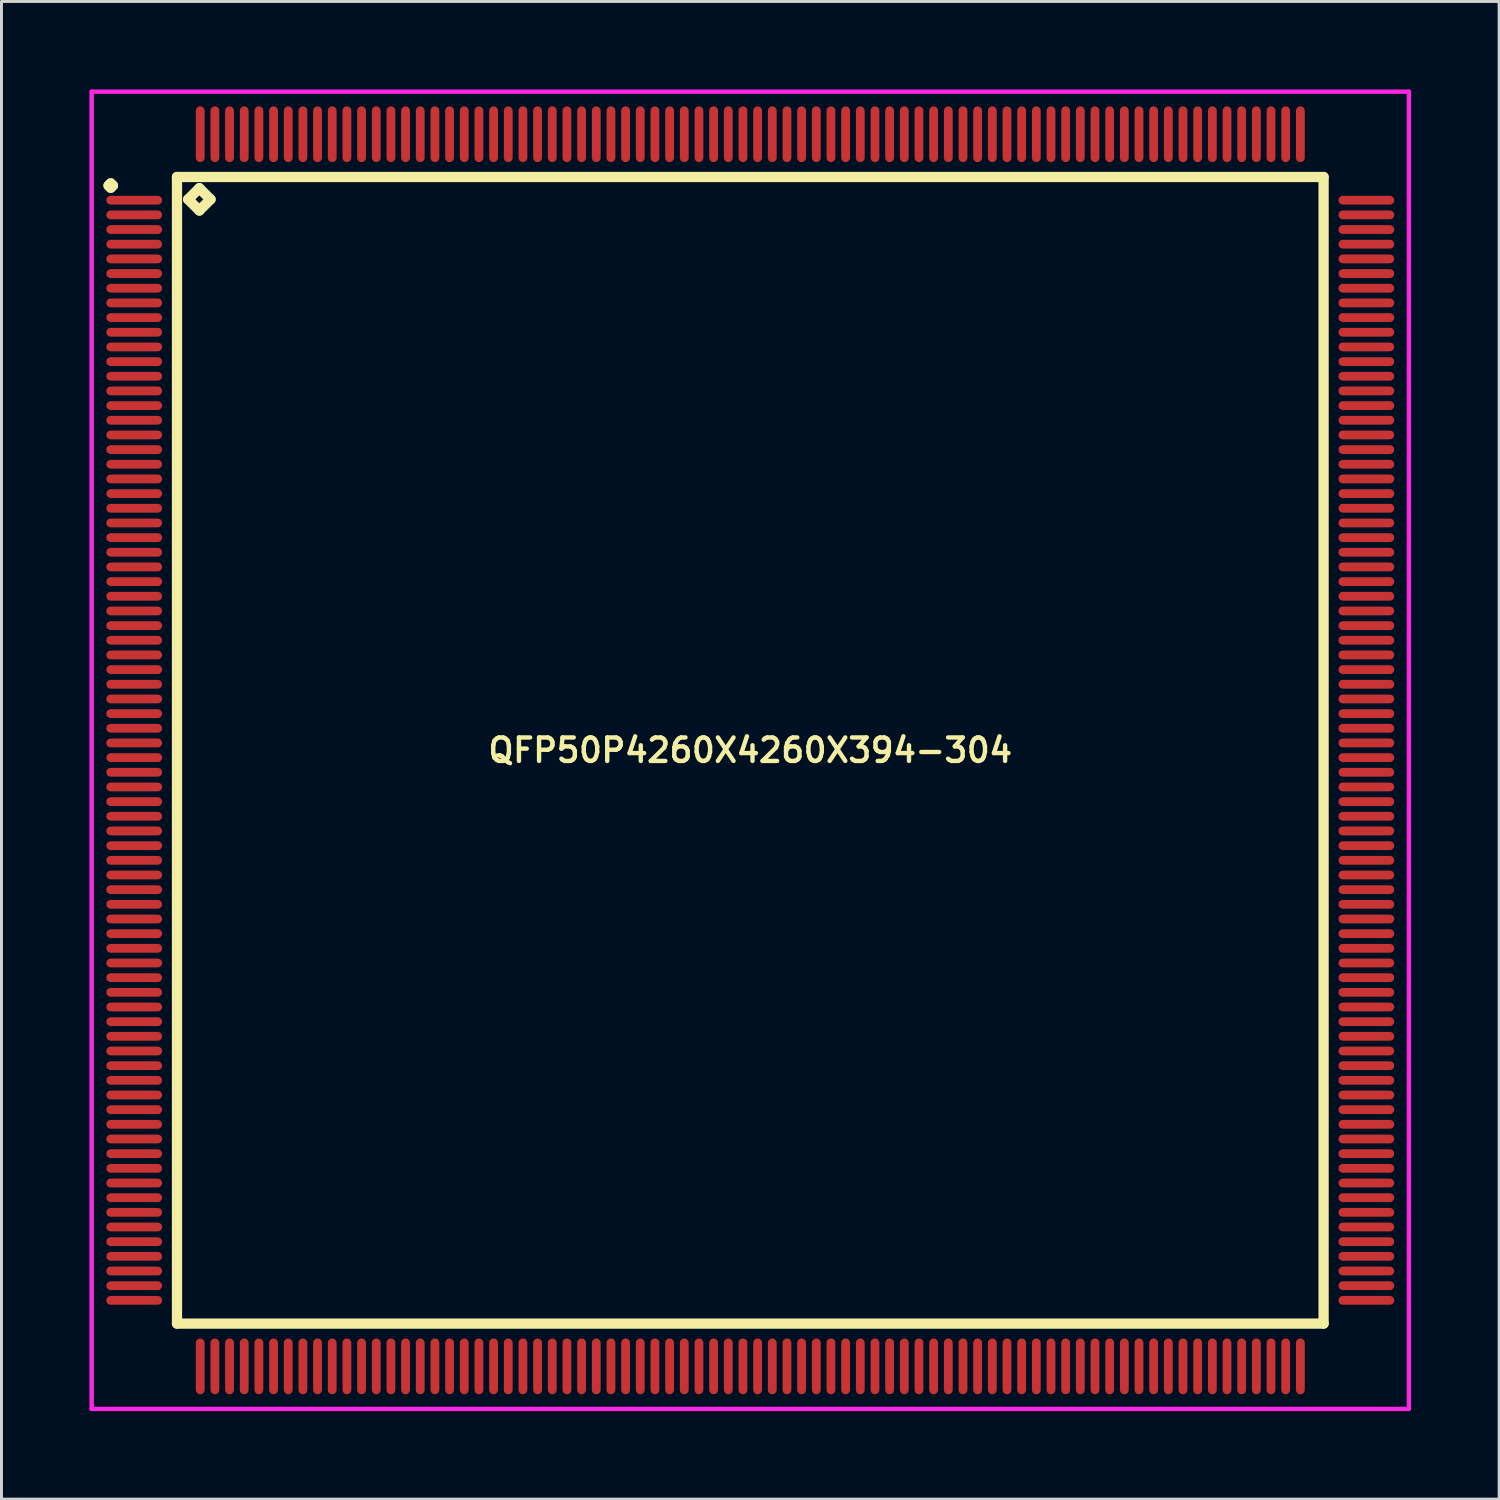
<source format=kicad_pcb>
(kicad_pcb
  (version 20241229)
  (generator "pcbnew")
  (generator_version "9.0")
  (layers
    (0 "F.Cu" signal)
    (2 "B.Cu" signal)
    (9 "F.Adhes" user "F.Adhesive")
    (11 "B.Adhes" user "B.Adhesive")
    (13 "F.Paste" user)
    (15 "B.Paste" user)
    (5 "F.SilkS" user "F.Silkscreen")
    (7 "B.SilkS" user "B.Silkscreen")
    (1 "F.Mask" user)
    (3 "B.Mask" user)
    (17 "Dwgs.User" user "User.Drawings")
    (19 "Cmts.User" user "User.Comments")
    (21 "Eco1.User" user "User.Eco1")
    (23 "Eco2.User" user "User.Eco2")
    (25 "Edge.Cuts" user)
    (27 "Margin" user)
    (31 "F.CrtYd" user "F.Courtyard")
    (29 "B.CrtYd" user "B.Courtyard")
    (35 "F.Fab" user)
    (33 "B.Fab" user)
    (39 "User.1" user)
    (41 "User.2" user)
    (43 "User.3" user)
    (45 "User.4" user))
  (footprint "QFP50P4260X4260X394-304"
    (layer "F.Cu")
    (at 22.525 22.525)
    (property "Reference" "QFP50P4260X4260X394-304" (at 0 0 0) (layer "F.SilkS") (effects (font (size 0.8 0.8) (thickness 0.15))))
    (attr smd)
    (fp_line (start -21.875 -19.25) (end -21.8 -19.325) (stroke (width 0.35) (type solid)) (layer "F.SilkS"))
    (fp_line (start -21.8 -19.325) (end -21.725 -19.25) (stroke (width 0.35) (type solid)) (layer "F.SilkS"))
    (fp_line (start -21.8 -19.175) (end -21.875 -19.25) (stroke (width 0.35) (type solid)) (layer "F.SilkS"))
    (fp_line (start -21.725 -19.25) (end -21.8 -19.175) (stroke (width 0.35) (type solid)) (layer "F.SilkS"))
    (fp_line (start -19.542 -19.542) (end -19.542 19.542) (stroke (width 0.35) (type solid)) (layer "F.SilkS"))
    (fp_line (start -19.542 19.542) (end 19.542 19.542) (stroke (width 0.35) (type solid)) (layer "F.SilkS"))
    (fp_line (start -19.161 -18.78) (end -18.78 -19.161) (stroke (width 0.35) (type solid)) (layer "F.SilkS"))
    (fp_line (start -18.78 -19.161) (end -18.399 -18.78) (stroke (width 0.35) (type solid)) (layer "F.SilkS"))
    (fp_line (start -18.78 -18.399) (end -19.161 -18.78) (stroke (width 0.35) (type solid)) (layer "F.SilkS"))
    (fp_line (start -18.399 -18.78) (end -18.78 -18.399) (stroke (width 0.35) (type solid)) (layer "F.SilkS"))
    (fp_line (start 19.542 -19.542) (end -19.542 -19.542) (stroke (width 0.35) (type solid)) (layer "F.SilkS"))
    (fp_line (start 19.542 19.542) (end 19.542 -19.542) (stroke (width 0.35) (type solid)) (layer "F.SilkS"))
    (fp_line (start -22.45 -22.45) (end 22.45 -22.45) (stroke (width 0.15) (type solid)) (layer "F.CrtYd"))
    (fp_line (start -22.45 22.45) (end -22.45 -22.45) (stroke (width 0.15) (type solid)) (layer "F.CrtYd"))
    (fp_line (start 22.45 -22.45) (end 22.45 22.45) (stroke (width 0.15) (type solid)) (layer "F.CrtYd"))
    (fp_line (start 22.45 22.45) (end -22.45 22.45) (stroke (width 0.15) (type solid)) (layer "F.CrtYd"))
    (pad "1" smd oval (at -21 -18.75) (size 1.9 0.3) (layers "F.Cu" "F.Mask" "F.Paste"))
    (pad "2" smd oval (at -21 -18.25) (size 1.9 0.3) (layers "F.Cu" "F.Mask" "F.Paste"))
    (pad "3" smd oval (at -21 -17.75) (size 1.9 0.3) (layers "F.Cu" "F.Mask" "F.Paste"))
    (pad "4" smd oval (at -21 -17.25) (size 1.9 0.3) (layers "F.Cu" "F.Mask" "F.Paste"))
    (pad "5" smd oval (at -21 -16.75) (size 1.9 0.3) (layers "F.Cu" "F.Mask" "F.Paste"))
    (pad "6" smd oval (at -21 -16.25) (size 1.9 0.3) (layers "F.Cu" "F.Mask" "F.Paste"))
    (pad "7" smd oval (at -21 -15.75) (size 1.9 0.3) (layers "F.Cu" "F.Mask" "F.Paste"))
    (pad "8" smd oval (at -21 -15.25) (size 1.9 0.3) (layers "F.Cu" "F.Mask" "F.Paste"))
    (pad "9" smd oval (at -21 -14.75) (size 1.9 0.3) (layers "F.Cu" "F.Mask" "F.Paste"))
    (pad "10" smd oval (at -21 -14.25) (size 1.9 0.3) (layers "F.Cu" "F.Mask" "F.Paste"))
    (pad "11" smd oval (at -21 -13.75) (size 1.9 0.3) (layers "F.Cu" "F.Mask" "F.Paste"))
    (pad "12" smd oval (at -21 -13.25) (size 1.9 0.3) (layers "F.Cu" "F.Mask" "F.Paste"))
    (pad "13" smd oval (at -21 -12.75) (size 1.9 0.3) (layers "F.Cu" "F.Mask" "F.Paste"))
    (pad "14" smd oval (at -21 -12.25) (size 1.9 0.3) (layers "F.Cu" "F.Mask" "F.Paste"))
    (pad "15" smd oval (at -21 -11.75) (size 1.9 0.3) (layers "F.Cu" "F.Mask" "F.Paste"))
    (pad "16" smd oval (at -21 -11.25) (size 1.9 0.3) (layers "F.Cu" "F.Mask" "F.Paste"))
    (pad "17" smd oval (at -21 -10.75) (size 1.9 0.3) (layers "F.Cu" "F.Mask" "F.Paste"))
    (pad "18" smd oval (at -21 -10.25) (size 1.9 0.3) (layers "F.Cu" "F.Mask" "F.Paste"))
    (pad "19" smd oval (at -21 -9.75) (size 1.9 0.3) (layers "F.Cu" "F.Mask" "F.Paste"))
    (pad "20" smd oval (at -21 -9.25) (size 1.9 0.3) (layers "F.Cu" "F.Mask" "F.Paste"))
    (pad "21" smd oval (at -21 -8.75) (size 1.9 0.3) (layers "F.Cu" "F.Mask" "F.Paste"))
    (pad "22" smd oval (at -21 -8.25) (size 1.9 0.3) (layers "F.Cu" "F.Mask" "F.Paste"))
    (pad "23" smd oval (at -21 -7.75) (size 1.9 0.3) (layers "F.Cu" "F.Mask" "F.Paste"))
    (pad "24" smd oval (at -21 -7.25) (size 1.9 0.3) (layers "F.Cu" "F.Mask" "F.Paste"))
    (pad "25" smd oval (at -21 -6.75) (size 1.9 0.3) (layers "F.Cu" "F.Mask" "F.Paste"))
    (pad "26" smd oval (at -21 -6.25) (size 1.9 0.3) (layers "F.Cu" "F.Mask" "F.Paste"))
    (pad "27" smd oval (at -21 -5.75) (size 1.9 0.3) (layers "F.Cu" "F.Mask" "F.Paste"))
    (pad "28" smd oval (at -21 -5.25) (size 1.9 0.3) (layers "F.Cu" "F.Mask" "F.Paste"))
    (pad "29" smd oval (at -21 -4.75) (size 1.9 0.3) (layers "F.Cu" "F.Mask" "F.Paste"))
    (pad "30" smd oval (at -21 -4.25) (size 1.9 0.3) (layers "F.Cu" "F.Mask" "F.Paste"))
    (pad "31" smd oval (at -21 -3.75) (size 1.9 0.3) (layers "F.Cu" "F.Mask" "F.Paste"))
    (pad "32" smd oval (at -21 -3.25) (size 1.9 0.3) (layers "F.Cu" "F.Mask" "F.Paste"))
    (pad "33" smd oval (at -21 -2.75) (size 1.9 0.3) (layers "F.Cu" "F.Mask" "F.Paste"))
    (pad "34" smd oval (at -21 -2.25) (size 1.9 0.3) (layers "F.Cu" "F.Mask" "F.Paste"))
    (pad "35" smd oval (at -21 -1.75) (size 1.9 0.3) (layers "F.Cu" "F.Mask" "F.Paste"))
    (pad "36" smd oval (at -21 -1.25) (size 1.9 0.3) (layers "F.Cu" "F.Mask" "F.Paste"))
    (pad "37" smd oval (at -21 -0.75) (size 1.9 0.3) (layers "F.Cu" "F.Mask" "F.Paste"))
    (pad "38" smd oval (at -21 -0.25) (size 1.9 0.3) (layers "F.Cu" "F.Mask" "F.Paste"))
    (pad "39" smd oval (at -21 0.25) (size 1.9 0.3) (layers "F.Cu" "F.Mask" "F.Paste"))
    (pad "40" smd oval (at -21 0.75) (size 1.9 0.3) (layers "F.Cu" "F.Mask" "F.Paste"))
    (pad "41" smd oval (at -21 1.25) (size 1.9 0.3) (layers "F.Cu" "F.Mask" "F.Paste"))
    (pad "42" smd oval (at -21 1.75) (size 1.9 0.3) (layers "F.Cu" "F.Mask" "F.Paste"))
    (pad "43" smd oval (at -21 2.25) (size 1.9 0.3) (layers "F.Cu" "F.Mask" "F.Paste"))
    (pad "44" smd oval (at -21 2.75) (size 1.9 0.3) (layers "F.Cu" "F.Mask" "F.Paste"))
    (pad "45" smd oval (at -21 3.25) (size 1.9 0.3) (layers "F.Cu" "F.Mask" "F.Paste"))
    (pad "46" smd oval (at -21 3.75) (size 1.9 0.3) (layers "F.Cu" "F.Mask" "F.Paste"))
    (pad "47" smd oval (at -21 4.25) (size 1.9 0.3) (layers "F.Cu" "F.Mask" "F.Paste"))
    (pad "48" smd oval (at -21 4.75) (size 1.9 0.3) (layers "F.Cu" "F.Mask" "F.Paste"))
    (pad "49" smd oval (at -21 5.25) (size 1.9 0.3) (layers "F.Cu" "F.Mask" "F.Paste"))
    (pad "50" smd oval (at -21 5.75) (size 1.9 0.3) (layers "F.Cu" "F.Mask" "F.Paste"))
    (pad "51" smd oval (at -21 6.25) (size 1.9 0.3) (layers "F.Cu" "F.Mask" "F.Paste"))
    (pad "52" smd oval (at -21 6.75) (size 1.9 0.3) (layers "F.Cu" "F.Mask" "F.Paste"))
    (pad "53" smd oval (at -21 7.25) (size 1.9 0.3) (layers "F.Cu" "F.Mask" "F.Paste"))
    (pad "54" smd oval (at -21 7.75) (size 1.9 0.3) (layers "F.Cu" "F.Mask" "F.Paste"))
    (pad "55" smd oval (at -21 8.25) (size 1.9 0.3) (layers "F.Cu" "F.Mask" "F.Paste"))
    (pad "56" smd oval (at -21 8.75) (size 1.9 0.3) (layers "F.Cu" "F.Mask" "F.Paste"))
    (pad "57" smd oval (at -21 9.25) (size 1.9 0.3) (layers "F.Cu" "F.Mask" "F.Paste"))
    (pad "58" smd oval (at -21 9.75) (size 1.9 0.3) (layers "F.Cu" "F.Mask" "F.Paste"))
    (pad "59" smd oval (at -21 10.25) (size 1.9 0.3) (layers "F.Cu" "F.Mask" "F.Paste"))
    (pad "60" smd oval (at -21 10.75) (size 1.9 0.3) (layers "F.Cu" "F.Mask" "F.Paste"))
    (pad "61" smd oval (at -21 11.25) (size 1.9 0.3) (layers "F.Cu" "F.Mask" "F.Paste"))
    (pad "62" smd oval (at -21 11.75) (size 1.9 0.3) (layers "F.Cu" "F.Mask" "F.Paste"))
    (pad "63" smd oval (at -21 12.25) (size 1.9 0.3) (layers "F.Cu" "F.Mask" "F.Paste"))
    (pad "64" smd oval (at -21 12.75) (size 1.9 0.3) (layers "F.Cu" "F.Mask" "F.Paste"))
    (pad "65" smd oval (at -21 13.25) (size 1.9 0.3) (layers "F.Cu" "F.Mask" "F.Paste"))
    (pad "66" smd oval (at -21 13.75) (size 1.9 0.3) (layers "F.Cu" "F.Mask" "F.Paste"))
    (pad "67" smd oval (at -21 14.25) (size 1.9 0.3) (layers "F.Cu" "F.Mask" "F.Paste"))
    (pad "68" smd oval (at -21 14.75) (size 1.9 0.3) (layers "F.Cu" "F.Mask" "F.Paste"))
    (pad "69" smd oval (at -21 15.25) (size 1.9 0.3) (layers "F.Cu" "F.Mask" "F.Paste"))
    (pad "70" smd oval (at -21 15.75) (size 1.9 0.3) (layers "F.Cu" "F.Mask" "F.Paste"))
    (pad "71" smd oval (at -21 16.25) (size 1.9 0.3) (layers "F.Cu" "F.Mask" "F.Paste"))
    (pad "72" smd oval (at -21 16.75) (size 1.9 0.3) (layers "F.Cu" "F.Mask" "F.Paste"))
    (pad "73" smd oval (at -21 17.25) (size 1.9 0.3) (layers "F.Cu" "F.Mask" "F.Paste"))
    (pad "74" smd oval (at -21 17.75) (size 1.9 0.3) (layers "F.Cu" "F.Mask" "F.Paste"))
    (pad "75" smd oval (at -21 18.25) (size 1.9 0.3) (layers "F.Cu" "F.Mask" "F.Paste"))
    (pad "76" smd oval (at -21 18.75) (size 1.9 0.3) (layers "F.Cu" "F.Mask" "F.Paste"))
    (pad "77" smd oval (at -18.75 21) (size 0.3 1.9) (layers "F.Cu" "F.Mask" "F.Paste"))
    (pad "78" smd oval (at -18.25 21) (size 0.3 1.9) (layers "F.Cu" "F.Mask" "F.Paste"))
    (pad "79" smd oval (at -17.75 21) (size 0.3 1.9) (layers "F.Cu" "F.Mask" "F.Paste"))
    (pad "80" smd oval (at -17.25 21) (size 0.3 1.9) (layers "F.Cu" "F.Mask" "F.Paste"))
    (pad "81" smd oval (at -16.75 21) (size 0.3 1.9) (layers "F.Cu" "F.Mask" "F.Paste"))
    (pad "82" smd oval (at -16.25 21) (size 0.3 1.9) (layers "F.Cu" "F.Mask" "F.Paste"))
    (pad "83" smd oval (at -15.75 21) (size 0.3 1.9) (layers "F.Cu" "F.Mask" "F.Paste"))
    (pad "84" smd oval (at -15.25 21) (size 0.3 1.9) (layers "F.Cu" "F.Mask" "F.Paste"))
    (pad "85" smd oval (at -14.75 21) (size 0.3 1.9) (layers "F.Cu" "F.Mask" "F.Paste"))
    (pad "86" smd oval (at -14.25 21) (size 0.3 1.9) (layers "F.Cu" "F.Mask" "F.Paste"))
    (pad "87" smd oval (at -13.75 21) (size 0.3 1.9) (layers "F.Cu" "F.Mask" "F.Paste"))
    (pad "88" smd oval (at -13.25 21) (size 0.3 1.9) (layers "F.Cu" "F.Mask" "F.Paste"))
    (pad "89" smd oval (at -12.75 21) (size 0.3 1.9) (layers "F.Cu" "F.Mask" "F.Paste"))
    (pad "90" smd oval (at -12.25 21) (size 0.3 1.9) (layers "F.Cu" "F.Mask" "F.Paste"))
    (pad "91" smd oval (at -11.75 21) (size 0.3 1.9) (layers "F.Cu" "F.Mask" "F.Paste"))
    (pad "92" smd oval (at -11.25 21) (size 0.3 1.9) (layers "F.Cu" "F.Mask" "F.Paste"))
    (pad "93" smd oval (at -10.75 21) (size 0.3 1.9) (layers "F.Cu" "F.Mask" "F.Paste"))
    (pad "94" smd oval (at -10.25 21) (size 0.3 1.9) (layers "F.Cu" "F.Mask" "F.Paste"))
    (pad "95" smd oval (at -9.75 21) (size 0.3 1.9) (layers "F.Cu" "F.Mask" "F.Paste"))
    (pad "96" smd oval (at -9.25 21) (size 0.3 1.9) (layers "F.Cu" "F.Mask" "F.Paste"))
    (pad "97" smd oval (at -8.75 21) (size 0.3 1.9) (layers "F.Cu" "F.Mask" "F.Paste"))
    (pad "98" smd oval (at -8.25 21) (size 0.3 1.9) (layers "F.Cu" "F.Mask" "F.Paste"))
    (pad "99" smd oval (at -7.75 21) (size 0.3 1.9) (layers "F.Cu" "F.Mask" "F.Paste"))
    (pad "100" smd oval (at -7.25 21) (size 0.3 1.9) (layers "F.Cu" "F.Mask" "F.Paste"))
    (pad "101" smd oval (at -6.75 21) (size 0.3 1.9) (layers "F.Cu" "F.Mask" "F.Paste"))
    (pad "102" smd oval (at -6.25 21) (size 0.3 1.9) (layers "F.Cu" "F.Mask" "F.Paste"))
    (pad "103" smd oval (at -5.75 21) (size 0.3 1.9) (layers "F.Cu" "F.Mask" "F.Paste"))
    (pad "104" smd oval (at -5.25 21) (size 0.3 1.9) (layers "F.Cu" "F.Mask" "F.Paste"))
    (pad "105" smd oval (at -4.75 21) (size 0.3 1.9) (layers "F.Cu" "F.Mask" "F.Paste"))
    (pad "106" smd oval (at -4.25 21) (size 0.3 1.9) (layers "F.Cu" "F.Mask" "F.Paste"))
    (pad "107" smd oval (at -3.75 21) (size 0.3 1.9) (layers "F.Cu" "F.Mask" "F.Paste"))
    (pad "108" smd oval (at -3.25 21) (size 0.3 1.9) (layers "F.Cu" "F.Mask" "F.Paste"))
    (pad "109" smd oval (at -2.75 21) (size 0.3 1.9) (layers "F.Cu" "F.Mask" "F.Paste"))
    (pad "110" smd oval (at -2.25 21) (size 0.3 1.9) (layers "F.Cu" "F.Mask" "F.Paste"))
    (pad "111" smd oval (at -1.75 21) (size 0.3 1.9) (layers "F.Cu" "F.Mask" "F.Paste"))
    (pad "112" smd oval (at -1.25 21) (size 0.3 1.9) (layers "F.Cu" "F.Mask" "F.Paste"))
    (pad "113" smd oval (at -0.75 21) (size 0.3 1.9) (layers "F.Cu" "F.Mask" "F.Paste"))
    (pad "114" smd oval (at -0.25 21) (size 0.3 1.9) (layers "F.Cu" "F.Mask" "F.Paste"))
    (pad "115" smd oval (at 0.25 21) (size 0.3 1.9) (layers "F.Cu" "F.Mask" "F.Paste"))
    (pad "116" smd oval (at 0.75 21) (size 0.3 1.9) (layers "F.Cu" "F.Mask" "F.Paste"))
    (pad "117" smd oval (at 1.25 21) (size 0.3 1.9) (layers "F.Cu" "F.Mask" "F.Paste"))
    (pad "118" smd oval (at 1.75 21) (size 0.3 1.9) (layers "F.Cu" "F.Mask" "F.Paste"))
    (pad "119" smd oval (at 2.25 21) (size 0.3 1.9) (layers "F.Cu" "F.Mask" "F.Paste"))
    (pad "120" smd oval (at 2.75 21) (size 0.3 1.9) (layers "F.Cu" "F.Mask" "F.Paste"))
    (pad "121" smd oval (at 3.25 21) (size 0.3 1.9) (layers "F.Cu" "F.Mask" "F.Paste"))
    (pad "122" smd oval (at 3.75 21) (size 0.3 1.9) (layers "F.Cu" "F.Mask" "F.Paste"))
    (pad "123" smd oval (at 4.25 21) (size 0.3 1.9) (layers "F.Cu" "F.Mask" "F.Paste"))
    (pad "124" smd oval (at 4.75 21) (size 0.3 1.9) (layers "F.Cu" "F.Mask" "F.Paste"))
    (pad "125" smd oval (at 5.25 21) (size 0.3 1.9) (layers "F.Cu" "F.Mask" "F.Paste"))
    (pad "126" smd oval (at 5.75 21) (size 0.3 1.9) (layers "F.Cu" "F.Mask" "F.Paste"))
    (pad "127" smd oval (at 6.25 21) (size 0.3 1.9) (layers "F.Cu" "F.Mask" "F.Paste"))
    (pad "128" smd oval (at 6.75 21) (size 0.3 1.9) (layers "F.Cu" "F.Mask" "F.Paste"))
    (pad "129" smd oval (at 7.25 21) (size 0.3 1.9) (layers "F.Cu" "F.Mask" "F.Paste"))
    (pad "130" smd oval (at 7.75 21) (size 0.3 1.9) (layers "F.Cu" "F.Mask" "F.Paste"))
    (pad "131" smd oval (at 8.25 21) (size 0.3 1.9) (layers "F.Cu" "F.Mask" "F.Paste"))
    (pad "132" smd oval (at 8.75 21) (size 0.3 1.9) (layers "F.Cu" "F.Mask" "F.Paste"))
    (pad "133" smd oval (at 9.25 21) (size 0.3 1.9) (layers "F.Cu" "F.Mask" "F.Paste"))
    (pad "134" smd oval (at 9.75 21) (size 0.3 1.9) (layers "F.Cu" "F.Mask" "F.Paste"))
    (pad "135" smd oval (at 10.25 21) (size 0.3 1.9) (layers "F.Cu" "F.Mask" "F.Paste"))
    (pad "136" smd oval (at 10.75 21) (size 0.3 1.9) (layers "F.Cu" "F.Mask" "F.Paste"))
    (pad "137" smd oval (at 11.25 21) (size 0.3 1.9) (layers "F.Cu" "F.Mask" "F.Paste"))
    (pad "138" smd oval (at 11.75 21) (size 0.3 1.9) (layers "F.Cu" "F.Mask" "F.Paste"))
    (pad "139" smd oval (at 12.25 21) (size 0.3 1.9) (layers "F.Cu" "F.Mask" "F.Paste"))
    (pad "140" smd oval (at 12.75 21) (size 0.3 1.9) (layers "F.Cu" "F.Mask" "F.Paste"))
    (pad "141" smd oval (at 13.25 21) (size 0.3 1.9) (layers "F.Cu" "F.Mask" "F.Paste"))
    (pad "142" smd oval (at 13.75 21) (size 0.3 1.9) (layers "F.Cu" "F.Mask" "F.Paste"))
    (pad "143" smd oval (at 14.25 21) (size 0.3 1.9) (layers "F.Cu" "F.Mask" "F.Paste"))
    (pad "144" smd oval (at 14.75 21) (size 0.3 1.9) (layers "F.Cu" "F.Mask" "F.Paste"))
    (pad "145" smd oval (at 15.25 21) (size 0.3 1.9) (layers "F.Cu" "F.Mask" "F.Paste"))
    (pad "146" smd oval (at 15.75 21) (size 0.3 1.9) (layers "F.Cu" "F.Mask" "F.Paste"))
    (pad "147" smd oval (at 16.25 21) (size 0.3 1.9) (layers "F.Cu" "F.Mask" "F.Paste"))
    (pad "148" smd oval (at 16.75 21) (size 0.3 1.9) (layers "F.Cu" "F.Mask" "F.Paste"))
    (pad "149" smd oval (at 17.25 21) (size 0.3 1.9) (layers "F.Cu" "F.Mask" "F.Paste"))
    (pad "150" smd oval (at 17.75 21) (size 0.3 1.9) (layers "F.Cu" "F.Mask" "F.Paste"))
    (pad "151" smd oval (at 18.25 21) (size 0.3 1.9) (layers "F.Cu" "F.Mask" "F.Paste"))
    (pad "152" smd oval (at 18.75 21) (size 0.3 1.9) (layers "F.Cu" "F.Mask" "F.Paste"))
    (pad "153" smd oval (at 21 18.75) (size 1.9 0.3) (layers "F.Cu" "F.Mask" "F.Paste"))
    (pad "154" smd oval (at 21 18.25) (size 1.9 0.3) (layers "F.Cu" "F.Mask" "F.Paste"))
    (pad "155" smd oval (at 21 17.75) (size 1.9 0.3) (layers "F.Cu" "F.Mask" "F.Paste"))
    (pad "156" smd oval (at 21 17.25) (size 1.9 0.3) (layers "F.Cu" "F.Mask" "F.Paste"))
    (pad "157" smd oval (at 21 16.75) (size 1.9 0.3) (layers "F.Cu" "F.Mask" "F.Paste"))
    (pad "158" smd oval (at 21 16.25) (size 1.9 0.3) (layers "F.Cu" "F.Mask" "F.Paste"))
    (pad "159" smd oval (at 21 15.75) (size 1.9 0.3) (layers "F.Cu" "F.Mask" "F.Paste"))
    (pad "160" smd oval (at 21 15.25) (size 1.9 0.3) (layers "F.Cu" "F.Mask" "F.Paste"))
    (pad "161" smd oval (at 21 14.75) (size 1.9 0.3) (layers "F.Cu" "F.Mask" "F.Paste"))
    (pad "162" smd oval (at 21 14.25) (size 1.9 0.3) (layers "F.Cu" "F.Mask" "F.Paste"))
    (pad "163" smd oval (at 21 13.75) (size 1.9 0.3) (layers "F.Cu" "F.Mask" "F.Paste"))
    (pad "164" smd oval (at 21 13.25) (size 1.9 0.3) (layers "F.Cu" "F.Mask" "F.Paste"))
    (pad "165" smd oval (at 21 12.75) (size 1.9 0.3) (layers "F.Cu" "F.Mask" "F.Paste"))
    (pad "166" smd oval (at 21 12.25) (size 1.9 0.3) (layers "F.Cu" "F.Mask" "F.Paste"))
    (pad "167" smd oval (at 21 11.75) (size 1.9 0.3) (layers "F.Cu" "F.Mask" "F.Paste"))
    (pad "168" smd oval (at 21 11.25) (size 1.9 0.3) (layers "F.Cu" "F.Mask" "F.Paste"))
    (pad "169" smd oval (at 21 10.75) (size 1.9 0.3) (layers "F.Cu" "F.Mask" "F.Paste"))
    (pad "170" smd oval (at 21 10.25) (size 1.9 0.3) (layers "F.Cu" "F.Mask" "F.Paste"))
    (pad "171" smd oval (at 21 9.75) (size 1.9 0.3) (layers "F.Cu" "F.Mask" "F.Paste"))
    (pad "172" smd oval (at 21 9.25) (size 1.9 0.3) (layers "F.Cu" "F.Mask" "F.Paste"))
    (pad "173" smd oval (at 21 8.75) (size 1.9 0.3) (layers "F.Cu" "F.Mask" "F.Paste"))
    (pad "174" smd oval (at 21 8.25) (size 1.9 0.3) (layers "F.Cu" "F.Mask" "F.Paste"))
    (pad "175" smd oval (at 21 7.75) (size 1.9 0.3) (layers "F.Cu" "F.Mask" "F.Paste"))
    (pad "176" smd oval (at 21 7.25) (size 1.9 0.3) (layers "F.Cu" "F.Mask" "F.Paste"))
    (pad "177" smd oval (at 21 6.75) (size 1.9 0.3) (layers "F.Cu" "F.Mask" "F.Paste"))
    (pad "178" smd oval (at 21 6.25) (size 1.9 0.3) (layers "F.Cu" "F.Mask" "F.Paste"))
    (pad "179" smd oval (at 21 5.75) (size 1.9 0.3) (layers "F.Cu" "F.Mask" "F.Paste"))
    (pad "180" smd oval (at 21 5.25) (size 1.9 0.3) (layers "F.Cu" "F.Mask" "F.Paste"))
    (pad "181" smd oval (at 21 4.75) (size 1.9 0.3) (layers "F.Cu" "F.Mask" "F.Paste"))
    (pad "182" smd oval (at 21 4.25) (size 1.9 0.3) (layers "F.Cu" "F.Mask" "F.Paste"))
    (pad "183" smd oval (at 21 3.75) (size 1.9 0.3) (layers "F.Cu" "F.Mask" "F.Paste"))
    (pad "184" smd oval (at 21 3.25) (size 1.9 0.3) (layers "F.Cu" "F.Mask" "F.Paste"))
    (pad "185" smd oval (at 21 2.75) (size 1.9 0.3) (layers "F.Cu" "F.Mask" "F.Paste"))
    (pad "186" smd oval (at 21 2.25) (size 1.9 0.3) (layers "F.Cu" "F.Mask" "F.Paste"))
    (pad "187" smd oval (at 21 1.75) (size 1.9 0.3) (layers "F.Cu" "F.Mask" "F.Paste"))
    (pad "188" smd oval (at 21 1.25) (size 1.9 0.3) (layers "F.Cu" "F.Mask" "F.Paste"))
    (pad "189" smd oval (at 21 0.75) (size 1.9 0.3) (layers "F.Cu" "F.Mask" "F.Paste"))
    (pad "190" smd oval (at 21 0.25) (size 1.9 0.3) (layers "F.Cu" "F.Mask" "F.Paste"))
    (pad "191" smd oval (at 21 -0.25) (size 1.9 0.3) (layers "F.Cu" "F.Mask" "F.Paste"))
    (pad "192" smd oval (at 21 -0.75) (size 1.9 0.3) (layers "F.Cu" "F.Mask" "F.Paste"))
    (pad "193" smd oval (at 21 -1.25) (size 1.9 0.3) (layers "F.Cu" "F.Mask" "F.Paste"))
    (pad "194" smd oval (at 21 -1.75) (size 1.9 0.3) (layers "F.Cu" "F.Mask" "F.Paste"))
    (pad "195" smd oval (at 21 -2.25) (size 1.9 0.3) (layers "F.Cu" "F.Mask" "F.Paste"))
    (pad "196" smd oval (at 21 -2.75) (size 1.9 0.3) (layers "F.Cu" "F.Mask" "F.Paste"))
    (pad "197" smd oval (at 21 -3.25) (size 1.9 0.3) (layers "F.Cu" "F.Mask" "F.Paste"))
    (pad "198" smd oval (at 21 -3.75) (size 1.9 0.3) (layers "F.Cu" "F.Mask" "F.Paste"))
    (pad "199" smd oval (at 21 -4.25) (size 1.9 0.3) (layers "F.Cu" "F.Mask" "F.Paste"))
    (pad "200" smd oval (at 21 -4.75) (size 1.9 0.3) (layers "F.Cu" "F.Mask" "F.Paste"))
    (pad "201" smd oval (at 21 -5.25) (size 1.9 0.3) (layers "F.Cu" "F.Mask" "F.Paste"))
    (pad "202" smd oval (at 21 -5.75) (size 1.9 0.3) (layers "F.Cu" "F.Mask" "F.Paste"))
    (pad "203" smd oval (at 21 -6.25) (size 1.9 0.3) (layers "F.Cu" "F.Mask" "F.Paste"))
    (pad "204" smd oval (at 21 -6.75) (size 1.9 0.3) (layers "F.Cu" "F.Mask" "F.Paste"))
    (pad "205" smd oval (at 21 -7.25) (size 1.9 0.3) (layers "F.Cu" "F.Mask" "F.Paste"))
    (pad "206" smd oval (at 21 -7.75) (size 1.9 0.3) (layers "F.Cu" "F.Mask" "F.Paste"))
    (pad "207" smd oval (at 21 -8.25) (size 1.9 0.3) (layers "F.Cu" "F.Mask" "F.Paste"))
    (pad "208" smd oval (at 21 -8.75) (size 1.9 0.3) (layers "F.Cu" "F.Mask" "F.Paste"))
    (pad "209" smd oval (at 21 -9.25) (size 1.9 0.3) (layers "F.Cu" "F.Mask" "F.Paste"))
    (pad "210" smd oval (at 21 -9.75) (size 1.9 0.3) (layers "F.Cu" "F.Mask" "F.Paste"))
    (pad "211" smd oval (at 21 -10.25) (size 1.9 0.3) (layers "F.Cu" "F.Mask" "F.Paste"))
    (pad "212" smd oval (at 21 -10.75) (size 1.9 0.3) (layers "F.Cu" "F.Mask" "F.Paste"))
    (pad "213" smd oval (at 21 -11.25) (size 1.9 0.3) (layers "F.Cu" "F.Mask" "F.Paste"))
    (pad "214" smd oval (at 21 -11.75) (size 1.9 0.3) (layers "F.Cu" "F.Mask" "F.Paste"))
    (pad "215" smd oval (at 21 -12.25) (size 1.9 0.3) (layers "F.Cu" "F.Mask" "F.Paste"))
    (pad "216" smd oval (at 21 -12.75) (size 1.9 0.3) (layers "F.Cu" "F.Mask" "F.Paste"))
    (pad "217" smd oval (at 21 -13.25) (size 1.9 0.3) (layers "F.Cu" "F.Mask" "F.Paste"))
    (pad "218" smd oval (at 21 -13.75) (size 1.9 0.3) (layers "F.Cu" "F.Mask" "F.Paste"))
    (pad "219" smd oval (at 21 -14.25) (size 1.9 0.3) (layers "F.Cu" "F.Mask" "F.Paste"))
    (pad "220" smd oval (at 21 -14.75) (size 1.9 0.3) (layers "F.Cu" "F.Mask" "F.Paste"))
    (pad "221" smd oval (at 21 -15.25) (size 1.9 0.3) (layers "F.Cu" "F.Mask" "F.Paste"))
    (pad "222" smd oval (at 21 -15.75) (size 1.9 0.3) (layers "F.Cu" "F.Mask" "F.Paste"))
    (pad "223" smd oval (at 21 -16.25) (size 1.9 0.3) (layers "F.Cu" "F.Mask" "F.Paste"))
    (pad "224" smd oval (at 21 -16.75) (size 1.9 0.3) (layers "F.Cu" "F.Mask" "F.Paste"))
    (pad "225" smd oval (at 21 -17.25) (size 1.9 0.3) (layers "F.Cu" "F.Mask" "F.Paste"))
    (pad "226" smd oval (at 21 -17.75) (size 1.9 0.3) (layers "F.Cu" "F.Mask" "F.Paste"))
    (pad "227" smd oval (at 21 -18.25) (size 1.9 0.3) (layers "F.Cu" "F.Mask" "F.Paste"))
    (pad "228" smd oval (at 21 -18.75) (size 1.9 0.3) (layers "F.Cu" "F.Mask" "F.Paste"))
    (pad "229" smd oval (at 18.75 -21) (size 0.3 1.9) (layers "F.Cu" "F.Mask" "F.Paste"))
    (pad "230" smd oval (at 18.25 -21) (size 0.3 1.9) (layers "F.Cu" "F.Mask" "F.Paste"))
    (pad "231" smd oval (at 17.75 -21) (size 0.3 1.9) (layers "F.Cu" "F.Mask" "F.Paste"))
    (pad "232" smd oval (at 17.25 -21) (size 0.3 1.9) (layers "F.Cu" "F.Mask" "F.Paste"))
    (pad "233" smd oval (at 16.75 -21) (size 0.3 1.9) (layers "F.Cu" "F.Mask" "F.Paste"))
    (pad "234" smd oval (at 16.25 -21) (size 0.3 1.9) (layers "F.Cu" "F.Mask" "F.Paste"))
    (pad "235" smd oval (at 15.75 -21) (size 0.3 1.9) (layers "F.Cu" "F.Mask" "F.Paste"))
    (pad "236" smd oval (at 15.25 -21) (size 0.3 1.9) (layers "F.Cu" "F.Mask" "F.Paste"))
    (pad "237" smd oval (at 14.75 -21) (size 0.3 1.9) (layers "F.Cu" "F.Mask" "F.Paste"))
    (pad "238" smd oval (at 14.25 -21) (size 0.3 1.9) (layers "F.Cu" "F.Mask" "F.Paste"))
    (pad "239" smd oval (at 13.75 -21) (size 0.3 1.9) (layers "F.Cu" "F.Mask" "F.Paste"))
    (pad "240" smd oval (at 13.25 -21) (size 0.3 1.9) (layers "F.Cu" "F.Mask" "F.Paste"))
    (pad "241" smd oval (at 12.75 -21) (size 0.3 1.9) (layers "F.Cu" "F.Mask" "F.Paste"))
    (pad "242" smd oval (at 12.25 -21) (size 0.3 1.9) (layers "F.Cu" "F.Mask" "F.Paste"))
    (pad "243" smd oval (at 11.75 -21) (size 0.3 1.9) (layers "F.Cu" "F.Mask" "F.Paste"))
    (pad "244" smd oval (at 11.25 -21) (size 0.3 1.9) (layers "F.Cu" "F.Mask" "F.Paste"))
    (pad "245" smd oval (at 10.75 -21) (size 0.3 1.9) (layers "F.Cu" "F.Mask" "F.Paste"))
    (pad "246" smd oval (at 10.25 -21) (size 0.3 1.9) (layers "F.Cu" "F.Mask" "F.Paste"))
    (pad "247" smd oval (at 9.75 -21) (size 0.3 1.9) (layers "F.Cu" "F.Mask" "F.Paste"))
    (pad "248" smd oval (at 9.25 -21) (size 0.3 1.9) (layers "F.Cu" "F.Mask" "F.Paste"))
    (pad "249" smd oval (at 8.75 -21) (size 0.3 1.9) (layers "F.Cu" "F.Mask" "F.Paste"))
    (pad "250" smd oval (at 8.25 -21) (size 0.3 1.9) (layers "F.Cu" "F.Mask" "F.Paste"))
    (pad "251" smd oval (at 7.75 -21) (size 0.3 1.9) (layers "F.Cu" "F.Mask" "F.Paste"))
    (pad "252" smd oval (at 7.25 -21) (size 0.3 1.9) (layers "F.Cu" "F.Mask" "F.Paste"))
    (pad "253" smd oval (at 6.75 -21) (size 0.3 1.9) (layers "F.Cu" "F.Mask" "F.Paste"))
    (pad "254" smd oval (at 6.25 -21) (size 0.3 1.9) (layers "F.Cu" "F.Mask" "F.Paste"))
    (pad "255" smd oval (at 5.75 -21) (size 0.3 1.9) (layers "F.Cu" "F.Mask" "F.Paste"))
    (pad "256" smd oval (at 5.25 -21) (size 0.3 1.9) (layers "F.Cu" "F.Mask" "F.Paste"))
    (pad "257" smd oval (at 4.75 -21) (size 0.3 1.9) (layers "F.Cu" "F.Mask" "F.Paste"))
    (pad "258" smd oval (at 4.25 -21) (size 0.3 1.9) (layers "F.Cu" "F.Mask" "F.Paste"))
    (pad "259" smd oval (at 3.75 -21) (size 0.3 1.9) (layers "F.Cu" "F.Mask" "F.Paste"))
    (pad "260" smd oval (at 3.25 -21) (size 0.3 1.9) (layers "F.Cu" "F.Mask" "F.Paste"))
    (pad "261" smd oval (at 2.75 -21) (size 0.3 1.9) (layers "F.Cu" "F.Mask" "F.Paste"))
    (pad "262" smd oval (at 2.25 -21) (size 0.3 1.9) (layers "F.Cu" "F.Mask" "F.Paste"))
    (pad "263" smd oval (at 1.75 -21) (size 0.3 1.9) (layers "F.Cu" "F.Mask" "F.Paste"))
    (pad "264" smd oval (at 1.25 -21) (size 0.3 1.9) (layers "F.Cu" "F.Mask" "F.Paste"))
    (pad "265" smd oval (at 0.75 -21) (size 0.3 1.9) (layers "F.Cu" "F.Mask" "F.Paste"))
    (pad "266" smd oval (at 0.25 -21) (size 0.3 1.9) (layers "F.Cu" "F.Mask" "F.Paste"))
    (pad "267" smd oval (at -0.25 -21) (size 0.3 1.9) (layers "F.Cu" "F.Mask" "F.Paste"))
    (pad "268" smd oval (at -0.75 -21) (size 0.3 1.9) (layers "F.Cu" "F.Mask" "F.Paste"))
    (pad "269" smd oval (at -1.25 -21) (size 0.3 1.9) (layers "F.Cu" "F.Mask" "F.Paste"))
    (pad "270" smd oval (at -1.75 -21) (size 0.3 1.9) (layers "F.Cu" "F.Mask" "F.Paste"))
    (pad "271" smd oval (at -2.25 -21) (size 0.3 1.9) (layers "F.Cu" "F.Mask" "F.Paste"))
    (pad "272" smd oval (at -2.75 -21) (size 0.3 1.9) (layers "F.Cu" "F.Mask" "F.Paste"))
    (pad "273" smd oval (at -3.25 -21) (size 0.3 1.9) (layers "F.Cu" "F.Mask" "F.Paste"))
    (pad "274" smd oval (at -3.75 -21) (size 0.3 1.9) (layers "F.Cu" "F.Mask" "F.Paste"))
    (pad "275" smd oval (at -4.25 -21) (size 0.3 1.9) (layers "F.Cu" "F.Mask" "F.Paste"))
    (pad "276" smd oval (at -4.75 -21) (size 0.3 1.9) (layers "F.Cu" "F.Mask" "F.Paste"))
    (pad "277" smd oval (at -5.25 -21) (size 0.3 1.9) (layers "F.Cu" "F.Mask" "F.Paste"))
    (pad "278" smd oval (at -5.75 -21) (size 0.3 1.9) (layers "F.Cu" "F.Mask" "F.Paste"))
    (pad "279" smd oval (at -6.25 -21) (size 0.3 1.9) (layers "F.Cu" "F.Mask" "F.Paste"))
    (pad "280" smd oval (at -6.75 -21) (size 0.3 1.9) (layers "F.Cu" "F.Mask" "F.Paste"))
    (pad "281" smd oval (at -7.25 -21) (size 0.3 1.9) (layers "F.Cu" "F.Mask" "F.Paste"))
    (pad "282" smd oval (at -7.75 -21) (size 0.3 1.9) (layers "F.Cu" "F.Mask" "F.Paste"))
    (pad "283" smd oval (at -8.25 -21) (size 0.3 1.9) (layers "F.Cu" "F.Mask" "F.Paste"))
    (pad "284" smd oval (at -8.75 -21) (size 0.3 1.9) (layers "F.Cu" "F.Mask" "F.Paste"))
    (pad "285" smd oval (at -9.25 -21) (size 0.3 1.9) (layers "F.Cu" "F.Mask" "F.Paste"))
    (pad "286" smd oval (at -9.75 -21) (size 0.3 1.9) (layers "F.Cu" "F.Mask" "F.Paste"))
    (pad "287" smd oval (at -10.25 -21) (size 0.3 1.9) (layers "F.Cu" "F.Mask" "F.Paste"))
    (pad "288" smd oval (at -10.75 -21) (size 0.3 1.9) (layers "F.Cu" "F.Mask" "F.Paste"))
    (pad "289" smd oval (at -11.25 -21) (size 0.3 1.9) (layers "F.Cu" "F.Mask" "F.Paste"))
    (pad "290" smd oval (at -11.75 -21) (size 0.3 1.9) (layers "F.Cu" "F.Mask" "F.Paste"))
    (pad "291" smd oval (at -12.25 -21) (size 0.3 1.9) (layers "F.Cu" "F.Mask" "F.Paste"))
    (pad "292" smd oval (at -12.75 -21) (size 0.3 1.9) (layers "F.Cu" "F.Mask" "F.Paste"))
    (pad "293" smd oval (at -13.25 -21) (size 0.3 1.9) (layers "F.Cu" "F.Mask" "F.Paste"))
    (pad "294" smd oval (at -13.75 -21) (size 0.3 1.9) (layers "F.Cu" "F.Mask" "F.Paste"))
    (pad "295" smd oval (at -14.25 -21) (size 0.3 1.9) (layers "F.Cu" "F.Mask" "F.Paste"))
    (pad "296" smd oval (at -14.75 -21) (size 0.3 1.9) (layers "F.Cu" "F.Mask" "F.Paste"))
    (pad "297" smd oval (at -15.25 -21) (size 0.3 1.9) (layers "F.Cu" "F.Mask" "F.Paste"))
    (pad "298" smd oval (at -15.75 -21) (size 0.3 1.9) (layers "F.Cu" "F.Mask" "F.Paste"))
    (pad "299" smd oval (at -16.25 -21) (size 0.3 1.9) (layers "F.Cu" "F.Mask" "F.Paste"))
    (pad "300" smd oval (at -16.75 -21) (size 0.3 1.9) (layers "F.Cu" "F.Mask" "F.Paste"))
    (pad "301" smd oval (at -17.25 -21) (size 0.3 1.9) (layers "F.Cu" "F.Mask" "F.Paste"))
    (pad "302" smd oval (at -17.75 -21) (size 0.3 1.9) (layers "F.Cu" "F.Mask" "F.Paste"))
    (pad "303" smd oval (at -18.25 -21) (size 0.3 1.9) (layers "F.Cu" "F.Mask" "F.Paste"))
    (pad "304" smd oval (at -18.75 -21) (size 0.3 1.9) (layers "F.Cu" "F.Mask" "F.Paste")))
  (gr_rect
    (start -3 -3)
    (end 48.05 48.05)
    (stroke (width 0.1) (type default))
    (fill no)
    (layer "Edge.Cuts")))
</source>
